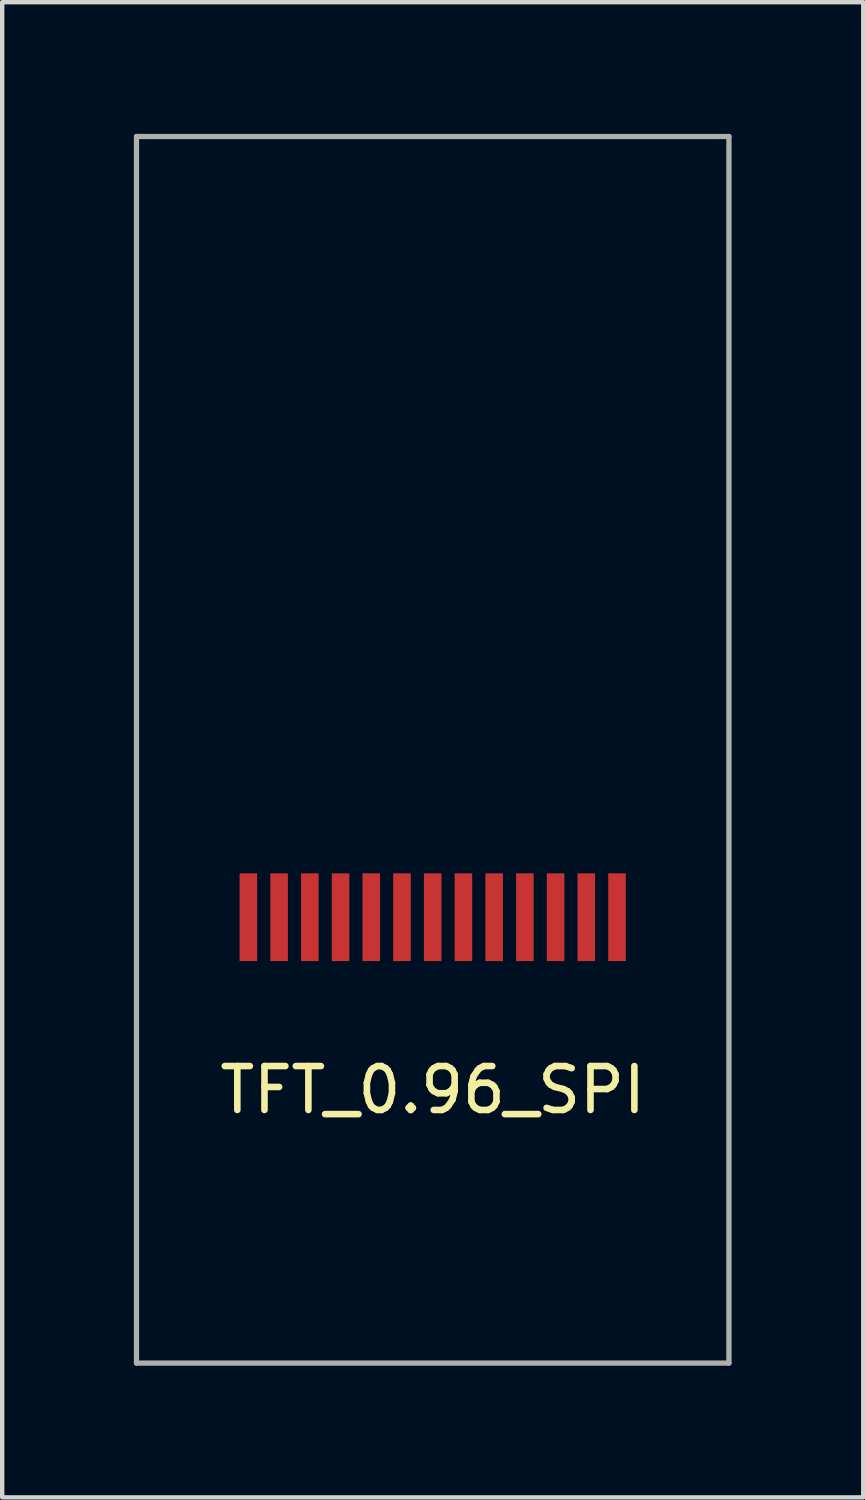
<source format=kicad_pcb>
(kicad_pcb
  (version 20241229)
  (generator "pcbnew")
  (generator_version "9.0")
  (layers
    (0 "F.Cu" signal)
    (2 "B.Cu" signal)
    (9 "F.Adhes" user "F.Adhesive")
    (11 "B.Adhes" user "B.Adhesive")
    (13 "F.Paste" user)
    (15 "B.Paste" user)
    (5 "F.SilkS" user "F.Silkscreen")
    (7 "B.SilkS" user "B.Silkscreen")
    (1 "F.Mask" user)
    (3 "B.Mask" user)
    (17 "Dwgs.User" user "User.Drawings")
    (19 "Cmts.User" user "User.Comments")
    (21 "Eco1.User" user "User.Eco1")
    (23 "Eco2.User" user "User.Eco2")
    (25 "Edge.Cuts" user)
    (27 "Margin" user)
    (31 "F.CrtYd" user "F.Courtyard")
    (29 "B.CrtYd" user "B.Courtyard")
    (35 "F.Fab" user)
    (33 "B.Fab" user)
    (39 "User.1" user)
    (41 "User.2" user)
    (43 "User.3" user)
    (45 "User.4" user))
  (footprint "TFT_0.96_SPI"
    (layer "F.Cu")
    (at 6.81 17.85)
    (property "Reference" "TFT_0.96_SPI" (at 0 3.937 0) (layer "F.SilkS") (effects (font (size 1 1) (thickness 0.15))))
    (attr through_hole)
    (fp_line (start -6.75 -17.79) (end 6.75 -17.79) (stroke (width 0.12) (type solid)) (layer "F.Fab"))
    (fp_line (start -6.75 10.16) (end -6.75 -17.79) (stroke (width 0.12) (type solid)) (layer "F.Fab"))
    (fp_line (start 6.75 -17.79) (end 6.75 10.16) (stroke (width 0.12) (type solid)) (layer "F.Fab"))
    (fp_line (start 6.75 10.16) (end -6.75 10.16) (stroke (width 0.12) (type solid)) (layer "F.Fab"))
    (pad "1" smd rect (at -4.2 0) (size 0.4 2) (layers "F.Cu" "F.Mask" "F.Paste"))
    (pad "2" smd rect (at -3.5 0) (size 0.4 2) (layers "F.Cu" "F.Mask" "F.Paste"))
    (pad "2" smd rect (at 0.7 0) (size 0.4 2) (layers "F.Cu" "F.Mask" "F.Paste"))
    (pad "3" smd rect (at -2.8 0) (size 0.4 2) (layers "F.Cu" "F.Mask" "F.Paste"))
    (pad "3" smd rect (at 1.4 0) (size 0.4 2) (layers "F.Cu" "F.Mask" "F.Paste"))
    (pad "4" smd rect (at -2.1 0) (size 0.4 2) (layers "F.Cu" "F.Mask" "F.Paste"))
    (pad "4" smd rect (at 2.1 0) (size 0.4 2) (layers "F.Cu" "F.Mask" "F.Paste"))
    (pad "5" smd rect (at -1.4 0) (size 0.4 2) (layers "F.Cu" "F.Mask" "F.Paste"))
    (pad "5" smd rect (at 2.8 0) (size 0.4 2) (layers "F.Cu" "F.Mask" "F.Paste"))
    (pad "6" smd rect (at -0.7 0) (size 0.4 2) (layers "F.Cu" "F.Mask" "F.Paste"))
    (pad "6" smd rect (at 3.5 0) (size 0.4 2) (layers "F.Cu" "F.Mask" "F.Paste"))
    (pad "7" smd rect (at 0 0) (size 0.4 2) (layers "F.Cu" "F.Mask" "F.Paste"))
    (pad "13" smd rect (at 4.2 0) (size 0.4 2) (layers "F.Cu" "F.Mask" "F.Paste")))
  (gr_rect
    (start -3 -3)
    (end 16.62 31.07)
    (stroke (width 0.1) (type default))
    (fill no)
    (layer "Edge.Cuts")))
</source>
